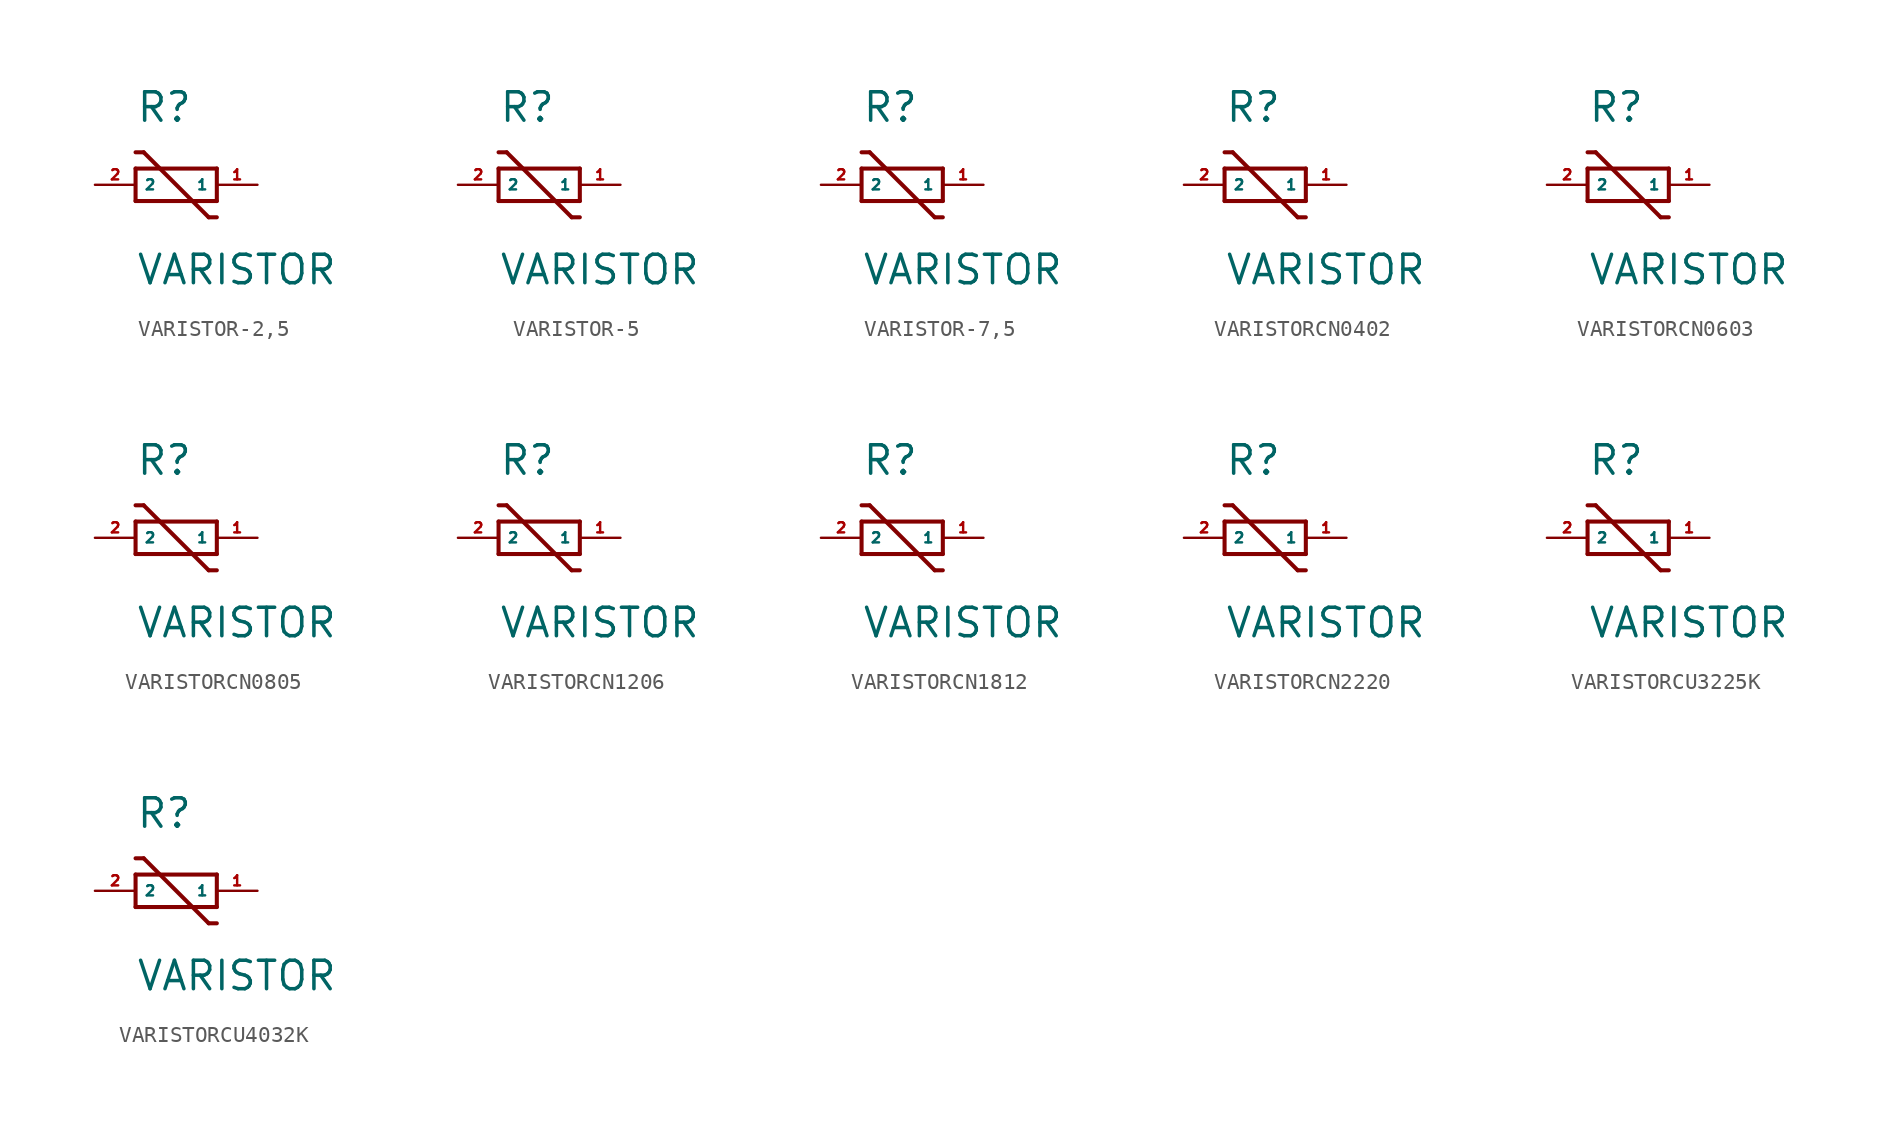
<source format=kicad_sym>
(kicad_symbol_lib
  (version 20220914)
  (generator Eagle2Kicad)
  (symbol "VARISTOR-2,5"
    (property "Reference" "R"
      (at -2.54 3.81 0)
      (effects (font (size 1.778 1.778) (thickness 0.22)) (justify left bottom)))
    (property "Value" "VARISTOR"
      (at -2.54 -6.35 0)
      (effects (font (size 1.778 1.778) (thickness 0.22)) (justify left bottom)))
    (polyline
      (pts (xy 2.54 1.016) (xy 2.54 -1.016))
      (stroke (width 0.254) (type default))
      (fill (type none)))
    (polyline
      (pts (xy 2.54 -1.016) (xy -2.54 -1.016))
      (stroke (width 0.254) (type default))
      (fill (type none)))
    (polyline
      (pts (xy -2.54 -1.016) (xy -2.54 1.016))
      (stroke (width 0.254) (type default))
      (fill (type none)))
    (polyline
      (pts (xy -2.54 1.016) (xy 2.54 1.016))
      (stroke (width 0.254) (type default))
      (fill (type none)))
    (polyline
      (pts (xy 2.54 -2.032) (xy 2.032 -2.032))
      (stroke (width 0.254) (type default))
      (fill (type none)))
    (polyline
      (pts (xy -2.032 2.032) (xy -2.54 2.032))
      (stroke (width 0.254) (type default))
      (fill (type none)))
    (polyline
      (pts (xy 2.032 -2.032) (xy -2.032 2.032))
      (stroke (width 0.254) (type default))
      (fill (type none)))
    (pin passive line
      (at 5.08 0 180)
      (length 2.54)
      (name "1" (effects (font (size 0.635 0.635) (thickness 0.08)) (justify left bottom)))
      (number "1" (effects (font (size 0.635 0.635) (thickness 0.08)) (justify left bottom))))
    (pin passive line
      (at -5.08 0 0)
      (length 2.54)
      (name "2" (effects (font (size 0.635 0.635) (thickness 0.08)) (justify left bottom)))
      (number "2" (effects (font (size 0.635 0.635) (thickness 0.08)) (justify left bottom)))))
  (symbol "VARISTOR-5"
    (property "Reference" "R"
      (at -2.54 3.81 0)
      (effects (font (size 1.778 1.778) (thickness 0.22)) (justify left bottom)))
    (property "Value" "VARISTOR"
      (at -2.54 -6.35 0)
      (effects (font (size 1.778 1.778) (thickness 0.22)) (justify left bottom)))
    (polyline
      (pts (xy 2.54 1.016) (xy 2.54 -1.016))
      (stroke (width 0.254) (type default))
      (fill (type none)))
    (polyline
      (pts (xy 2.54 -1.016) (xy -2.54 -1.016))
      (stroke (width 0.254) (type default))
      (fill (type none)))
    (polyline
      (pts (xy -2.54 -1.016) (xy -2.54 1.016))
      (stroke (width 0.254) (type default))
      (fill (type none)))
    (polyline
      (pts (xy -2.54 1.016) (xy 2.54 1.016))
      (stroke (width 0.254) (type default))
      (fill (type none)))
    (polyline
      (pts (xy 2.54 -2.032) (xy 2.032 -2.032))
      (stroke (width 0.254) (type default))
      (fill (type none)))
    (polyline
      (pts (xy -2.032 2.032) (xy -2.54 2.032))
      (stroke (width 0.254) (type default))
      (fill (type none)))
    (polyline
      (pts (xy 2.032 -2.032) (xy -2.032 2.032))
      (stroke (width 0.254) (type default))
      (fill (type none)))
    (pin passive line
      (at 5.08 0 180)
      (length 2.54)
      (name "1" (effects (font (size 0.635 0.635) (thickness 0.08)) (justify left bottom)))
      (number "1" (effects (font (size 0.635 0.635) (thickness 0.08)) (justify left bottom))))
    (pin passive line
      (at -5.08 0 0)
      (length 2.54)
      (name "2" (effects (font (size 0.635 0.635) (thickness 0.08)) (justify left bottom)))
      (number "2" (effects (font (size 0.635 0.635) (thickness 0.08)) (justify left bottom)))))
  (symbol "VARISTOR-7,5"
    (property "Reference" "R"
      (at -2.54 3.81 0)
      (effects (font (size 1.778 1.778) (thickness 0.22)) (justify left bottom)))
    (property "Value" "VARISTOR"
      (at -2.54 -6.35 0)
      (effects (font (size 1.778 1.778) (thickness 0.22)) (justify left bottom)))
    (polyline
      (pts (xy 2.54 1.016) (xy 2.54 -1.016))
      (stroke (width 0.254) (type default))
      (fill (type none)))
    (polyline
      (pts (xy 2.54 -1.016) (xy -2.54 -1.016))
      (stroke (width 0.254) (type default))
      (fill (type none)))
    (polyline
      (pts (xy -2.54 -1.016) (xy -2.54 1.016))
      (stroke (width 0.254) (type default))
      (fill (type none)))
    (polyline
      (pts (xy -2.54 1.016) (xy 2.54 1.016))
      (stroke (width 0.254) (type default))
      (fill (type none)))
    (polyline
      (pts (xy 2.54 -2.032) (xy 2.032 -2.032))
      (stroke (width 0.254) (type default))
      (fill (type none)))
    (polyline
      (pts (xy -2.032 2.032) (xy -2.54 2.032))
      (stroke (width 0.254) (type default))
      (fill (type none)))
    (polyline
      (pts (xy 2.032 -2.032) (xy -2.032 2.032))
      (stroke (width 0.254) (type default))
      (fill (type none)))
    (pin passive line
      (at 5.08 0 180)
      (length 2.54)
      (name "1" (effects (font (size 0.635 0.635) (thickness 0.08)) (justify left bottom)))
      (number "1" (effects (font (size 0.635 0.635) (thickness 0.08)) (justify left bottom))))
    (pin passive line
      (at -5.08 0 0)
      (length 2.54)
      (name "2" (effects (font (size 0.635 0.635) (thickness 0.08)) (justify left bottom)))
      (number "2" (effects (font (size 0.635 0.635) (thickness 0.08)) (justify left bottom)))))
  (symbol "VARISTORCN0402"
    (property "Reference" "R"
      (at -2.54 3.81 0)
      (effects (font (size 1.778 1.778) (thickness 0.22)) (justify left bottom)))
    (property "Value" "VARISTOR"
      (at -2.54 -6.35 0)
      (effects (font (size 1.778 1.778) (thickness 0.22)) (justify left bottom)))
    (polyline
      (pts (xy 2.54 1.016) (xy 2.54 -1.016))
      (stroke (width 0.254) (type default))
      (fill (type none)))
    (polyline
      (pts (xy 2.54 -1.016) (xy -2.54 -1.016))
      (stroke (width 0.254) (type default))
      (fill (type none)))
    (polyline
      (pts (xy -2.54 -1.016) (xy -2.54 1.016))
      (stroke (width 0.254) (type default))
      (fill (type none)))
    (polyline
      (pts (xy -2.54 1.016) (xy 2.54 1.016))
      (stroke (width 0.254) (type default))
      (fill (type none)))
    (polyline
      (pts (xy 2.54 -2.032) (xy 2.032 -2.032))
      (stroke (width 0.254) (type default))
      (fill (type none)))
    (polyline
      (pts (xy -2.032 2.032) (xy -2.54 2.032))
      (stroke (width 0.254) (type default))
      (fill (type none)))
    (polyline
      (pts (xy 2.032 -2.032) (xy -2.032 2.032))
      (stroke (width 0.254) (type default))
      (fill (type none)))
    (pin passive line
      (at 5.08 0 180)
      (length 2.54)
      (name "1" (effects (font (size 0.635 0.635) (thickness 0.08)) (justify left bottom)))
      (number "1" (effects (font (size 0.635 0.635) (thickness 0.08)) (justify left bottom))))
    (pin passive line
      (at -5.08 0 0)
      (length 2.54)
      (name "2" (effects (font (size 0.635 0.635) (thickness 0.08)) (justify left bottom)))
      (number "2" (effects (font (size 0.635 0.635) (thickness 0.08)) (justify left bottom)))))
  (symbol "VARISTORCN0603"
    (property "Reference" "R"
      (at -2.54 3.81 0)
      (effects (font (size 1.778 1.778) (thickness 0.22)) (justify left bottom)))
    (property "Value" "VARISTOR"
      (at -2.54 -6.35 0)
      (effects (font (size 1.778 1.778) (thickness 0.22)) (justify left bottom)))
    (polyline
      (pts (xy 2.54 1.016) (xy 2.54 -1.016))
      (stroke (width 0.254) (type default))
      (fill (type none)))
    (polyline
      (pts (xy 2.54 -1.016) (xy -2.54 -1.016))
      (stroke (width 0.254) (type default))
      (fill (type none)))
    (polyline
      (pts (xy -2.54 -1.016) (xy -2.54 1.016))
      (stroke (width 0.254) (type default))
      (fill (type none)))
    (polyline
      (pts (xy -2.54 1.016) (xy 2.54 1.016))
      (stroke (width 0.254) (type default))
      (fill (type none)))
    (polyline
      (pts (xy 2.54 -2.032) (xy 2.032 -2.032))
      (stroke (width 0.254) (type default))
      (fill (type none)))
    (polyline
      (pts (xy -2.032 2.032) (xy -2.54 2.032))
      (stroke (width 0.254) (type default))
      (fill (type none)))
    (polyline
      (pts (xy 2.032 -2.032) (xy -2.032 2.032))
      (stroke (width 0.254) (type default))
      (fill (type none)))
    (pin passive line
      (at 5.08 0 180)
      (length 2.54)
      (name "1" (effects (font (size 0.635 0.635) (thickness 0.08)) (justify left bottom)))
      (number "1" (effects (font (size 0.635 0.635) (thickness 0.08)) (justify left bottom))))
    (pin passive line
      (at -5.08 0 0)
      (length 2.54)
      (name "2" (effects (font (size 0.635 0.635) (thickness 0.08)) (justify left bottom)))
      (number "2" (effects (font (size 0.635 0.635) (thickness 0.08)) (justify left bottom)))))
  (symbol "VARISTORCN0805"
    (property "Reference" "R"
      (at -2.54 3.81 0)
      (effects (font (size 1.778 1.778) (thickness 0.22)) (justify left bottom)))
    (property "Value" "VARISTOR"
      (at -2.54 -6.35 0)
      (effects (font (size 1.778 1.778) (thickness 0.22)) (justify left bottom)))
    (polyline
      (pts (xy 2.54 1.016) (xy 2.54 -1.016))
      (stroke (width 0.254) (type default))
      (fill (type none)))
    (polyline
      (pts (xy 2.54 -1.016) (xy -2.54 -1.016))
      (stroke (width 0.254) (type default))
      (fill (type none)))
    (polyline
      (pts (xy -2.54 -1.016) (xy -2.54 1.016))
      (stroke (width 0.254) (type default))
      (fill (type none)))
    (polyline
      (pts (xy -2.54 1.016) (xy 2.54 1.016))
      (stroke (width 0.254) (type default))
      (fill (type none)))
    (polyline
      (pts (xy 2.54 -2.032) (xy 2.032 -2.032))
      (stroke (width 0.254) (type default))
      (fill (type none)))
    (polyline
      (pts (xy -2.032 2.032) (xy -2.54 2.032))
      (stroke (width 0.254) (type default))
      (fill (type none)))
    (polyline
      (pts (xy 2.032 -2.032) (xy -2.032 2.032))
      (stroke (width 0.254) (type default))
      (fill (type none)))
    (pin passive line
      (at 5.08 0 180)
      (length 2.54)
      (name "1" (effects (font (size 0.635 0.635) (thickness 0.08)) (justify left bottom)))
      (number "1" (effects (font (size 0.635 0.635) (thickness 0.08)) (justify left bottom))))
    (pin passive line
      (at -5.08 0 0)
      (length 2.54)
      (name "2" (effects (font (size 0.635 0.635) (thickness 0.08)) (justify left bottom)))
      (number "2" (effects (font (size 0.635 0.635) (thickness 0.08)) (justify left bottom)))))
  (symbol "VARISTORCN1206"
    (property "Reference" "R"
      (at -2.54 3.81 0)
      (effects (font (size 1.778 1.778) (thickness 0.22)) (justify left bottom)))
    (property "Value" "VARISTOR"
      (at -2.54 -6.35 0)
      (effects (font (size 1.778 1.778) (thickness 0.22)) (justify left bottom)))
    (polyline
      (pts (xy 2.54 1.016) (xy 2.54 -1.016))
      (stroke (width 0.254) (type default))
      (fill (type none)))
    (polyline
      (pts (xy 2.54 -1.016) (xy -2.54 -1.016))
      (stroke (width 0.254) (type default))
      (fill (type none)))
    (polyline
      (pts (xy -2.54 -1.016) (xy -2.54 1.016))
      (stroke (width 0.254) (type default))
      (fill (type none)))
    (polyline
      (pts (xy -2.54 1.016) (xy 2.54 1.016))
      (stroke (width 0.254) (type default))
      (fill (type none)))
    (polyline
      (pts (xy 2.54 -2.032) (xy 2.032 -2.032))
      (stroke (width 0.254) (type default))
      (fill (type none)))
    (polyline
      (pts (xy -2.032 2.032) (xy -2.54 2.032))
      (stroke (width 0.254) (type default))
      (fill (type none)))
    (polyline
      (pts (xy 2.032 -2.032) (xy -2.032 2.032))
      (stroke (width 0.254) (type default))
      (fill (type none)))
    (pin passive line
      (at 5.08 0 180)
      (length 2.54)
      (name "1" (effects (font (size 0.635 0.635) (thickness 0.08)) (justify left bottom)))
      (number "1" (effects (font (size 0.635 0.635) (thickness 0.08)) (justify left bottom))))
    (pin passive line
      (at -5.08 0 0)
      (length 2.54)
      (name "2" (effects (font (size 0.635 0.635) (thickness 0.08)) (justify left bottom)))
      (number "2" (effects (font (size 0.635 0.635) (thickness 0.08)) (justify left bottom)))))
  (symbol "VARISTORCN1812"
    (property "Reference" "R"
      (at -2.54 3.81 0)
      (effects (font (size 1.778 1.778) (thickness 0.22)) (justify left bottom)))
    (property "Value" "VARISTOR"
      (at -2.54 -6.35 0)
      (effects (font (size 1.778 1.778) (thickness 0.22)) (justify left bottom)))
    (polyline
      (pts (xy 2.54 1.016) (xy 2.54 -1.016))
      (stroke (width 0.254) (type default))
      (fill (type none)))
    (polyline
      (pts (xy 2.54 -1.016) (xy -2.54 -1.016))
      (stroke (width 0.254) (type default))
      (fill (type none)))
    (polyline
      (pts (xy -2.54 -1.016) (xy -2.54 1.016))
      (stroke (width 0.254) (type default))
      (fill (type none)))
    (polyline
      (pts (xy -2.54 1.016) (xy 2.54 1.016))
      (stroke (width 0.254) (type default))
      (fill (type none)))
    (polyline
      (pts (xy 2.54 -2.032) (xy 2.032 -2.032))
      (stroke (width 0.254) (type default))
      (fill (type none)))
    (polyline
      (pts (xy -2.032 2.032) (xy -2.54 2.032))
      (stroke (width 0.254) (type default))
      (fill (type none)))
    (polyline
      (pts (xy 2.032 -2.032) (xy -2.032 2.032))
      (stroke (width 0.254) (type default))
      (fill (type none)))
    (pin passive line
      (at 5.08 0 180)
      (length 2.54)
      (name "1" (effects (font (size 0.635 0.635) (thickness 0.08)) (justify left bottom)))
      (number "1" (effects (font (size 0.635 0.635) (thickness 0.08)) (justify left bottom))))
    (pin passive line
      (at -5.08 0 0)
      (length 2.54)
      (name "2" (effects (font (size 0.635 0.635) (thickness 0.08)) (justify left bottom)))
      (number "2" (effects (font (size 0.635 0.635) (thickness 0.08)) (justify left bottom)))))
  (symbol "VARISTORCN2220"
    (property "Reference" "R"
      (at -2.54 3.81 0)
      (effects (font (size 1.778 1.778) (thickness 0.22)) (justify left bottom)))
    (property "Value" "VARISTOR"
      (at -2.54 -6.35 0)
      (effects (font (size 1.778 1.778) (thickness 0.22)) (justify left bottom)))
    (polyline
      (pts (xy 2.54 1.016) (xy 2.54 -1.016))
      (stroke (width 0.254) (type default))
      (fill (type none)))
    (polyline
      (pts (xy 2.54 -1.016) (xy -2.54 -1.016))
      (stroke (width 0.254) (type default))
      (fill (type none)))
    (polyline
      (pts (xy -2.54 -1.016) (xy -2.54 1.016))
      (stroke (width 0.254) (type default))
      (fill (type none)))
    (polyline
      (pts (xy -2.54 1.016) (xy 2.54 1.016))
      (stroke (width 0.254) (type default))
      (fill (type none)))
    (polyline
      (pts (xy 2.54 -2.032) (xy 2.032 -2.032))
      (stroke (width 0.254) (type default))
      (fill (type none)))
    (polyline
      (pts (xy -2.032 2.032) (xy -2.54 2.032))
      (stroke (width 0.254) (type default))
      (fill (type none)))
    (polyline
      (pts (xy 2.032 -2.032) (xy -2.032 2.032))
      (stroke (width 0.254) (type default))
      (fill (type none)))
    (pin passive line
      (at 5.08 0 180)
      (length 2.54)
      (name "1" (effects (font (size 0.635 0.635) (thickness 0.08)) (justify left bottom)))
      (number "1" (effects (font (size 0.635 0.635) (thickness 0.08)) (justify left bottom))))
    (pin passive line
      (at -5.08 0 0)
      (length 2.54)
      (name "2" (effects (font (size 0.635 0.635) (thickness 0.08)) (justify left bottom)))
      (number "2" (effects (font (size 0.635 0.635) (thickness 0.08)) (justify left bottom)))))
  (symbol "VARISTORCU3225K"
    (property "Reference" "R"
      (at -2.54 3.81 0)
      (effects (font (size 1.778 1.778) (thickness 0.22)) (justify left bottom)))
    (property "Value" "VARISTOR"
      (at -2.54 -6.35 0)
      (effects (font (size 1.778 1.778) (thickness 0.22)) (justify left bottom)))
    (polyline
      (pts (xy 2.54 1.016) (xy 2.54 -1.016))
      (stroke (width 0.254) (type default))
      (fill (type none)))
    (polyline
      (pts (xy 2.54 -1.016) (xy -2.54 -1.016))
      (stroke (width 0.254) (type default))
      (fill (type none)))
    (polyline
      (pts (xy -2.54 -1.016) (xy -2.54 1.016))
      (stroke (width 0.254) (type default))
      (fill (type none)))
    (polyline
      (pts (xy -2.54 1.016) (xy 2.54 1.016))
      (stroke (width 0.254) (type default))
      (fill (type none)))
    (polyline
      (pts (xy 2.54 -2.032) (xy 2.032 -2.032))
      (stroke (width 0.254) (type default))
      (fill (type none)))
    (polyline
      (pts (xy -2.032 2.032) (xy -2.54 2.032))
      (stroke (width 0.254) (type default))
      (fill (type none)))
    (polyline
      (pts (xy 2.032 -2.032) (xy -2.032 2.032))
      (stroke (width 0.254) (type default))
      (fill (type none)))
    (pin passive line
      (at 5.08 0 180)
      (length 2.54)
      (name "1" (effects (font (size 0.635 0.635) (thickness 0.08)) (justify left bottom)))
      (number "1" (effects (font (size 0.635 0.635) (thickness 0.08)) (justify left bottom))))
    (pin passive line
      (at -5.08 0 0)
      (length 2.54)
      (name "2" (effects (font (size 0.635 0.635) (thickness 0.08)) (justify left bottom)))
      (number "2" (effects (font (size 0.635 0.635) (thickness 0.08)) (justify left bottom)))))
  (symbol "VARISTORCU4032K"
    (property "Reference" "R"
      (at -2.54 3.81 0)
      (effects (font (size 1.778 1.778) (thickness 0.22)) (justify left bottom)))
    (property "Value" "VARISTOR"
      (at -2.54 -6.35 0)
      (effects (font (size 1.778 1.778) (thickness 0.22)) (justify left bottom)))
    (polyline
      (pts (xy 2.54 1.016) (xy 2.54 -1.016))
      (stroke (width 0.254) (type default))
      (fill (type none)))
    (polyline
      (pts (xy 2.54 -1.016) (xy -2.54 -1.016))
      (stroke (width 0.254) (type default))
      (fill (type none)))
    (polyline
      (pts (xy -2.54 -1.016) (xy -2.54 1.016))
      (stroke (width 0.254) (type default))
      (fill (type none)))
    (polyline
      (pts (xy -2.54 1.016) (xy 2.54 1.016))
      (stroke (width 0.254) (type default))
      (fill (type none)))
    (polyline
      (pts (xy 2.54 -2.032) (xy 2.032 -2.032))
      (stroke (width 0.254) (type default))
      (fill (type none)))
    (polyline
      (pts (xy -2.032 2.032) (xy -2.54 2.032))
      (stroke (width 0.254) (type default))
      (fill (type none)))
    (polyline
      (pts (xy 2.032 -2.032) (xy -2.032 2.032))
      (stroke (width 0.254) (type default))
      (fill (type none)))
    (pin passive line
      (at 5.08 0 180)
      (length 2.54)
      (name "1" (effects (font (size 0.635 0.635) (thickness 0.08)) (justify left bottom)))
      (number "1" (effects (font (size 0.635 0.635) (thickness 0.08)) (justify left bottom))))
    (pin passive line
      (at -5.08 0 0)
      (length 2.54)
      (name "2" (effects (font (size 0.635 0.635) (thickness 0.08)) (justify left bottom)))
      (number "2" (effects (font (size 0.635 0.635) (thickness 0.08)) (justify left bottom))))))
</source>
